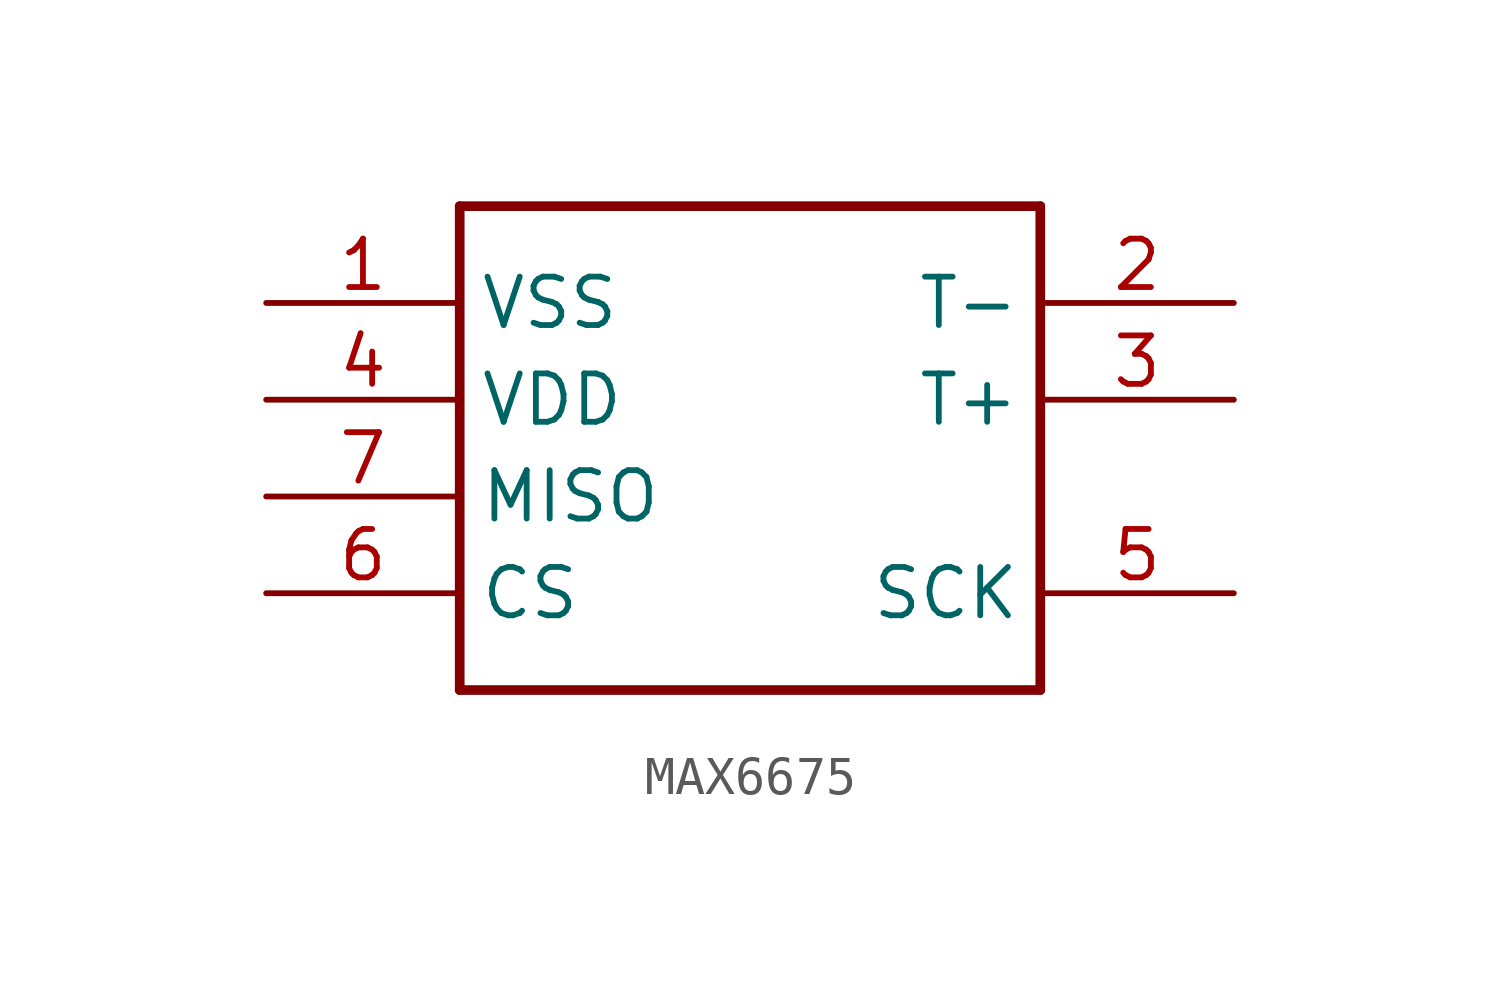
<source format=kicad_sym>
(kicad_symbol_lib
  (version 20220331)
  (generator kicad_symbol_editor)
  (symbol "MAX6675"
    (property "Reference" ""
      (at 0 0 0)
      (effects (font (size 1.27 1.27)) hide))
    (property "ki_locked" ""
      (at 0 0 0)
      (effects (font (size 1.27 1.27))))
    (symbol "MAX6675_1_0"
      (polyline (pts (xy -7.62 -2.54) (xy 7.62 -2.54)) (stroke (width 0.254) (type solid)) (fill (type none)))
      (polyline (pts (xy -7.62 10.16) (xy -7.62 -2.54)) (stroke (width 0.254) (type solid)) (fill (type none)))
      (polyline (pts (xy 7.62 -2.54) (xy 7.62 10.16)) (stroke (width 0.254) (type solid)) (fill (type none)))
      (polyline (pts (xy 7.62 10.16) (xy -7.62 10.16)) (stroke (width 0.254) (type solid)) (fill (type none)))
      (pin bidirectional line (at -12.7 7.62 0) (length 5.08) (name "VSS" (effects (font (size 1.27 1.27)))) (number "1" (effects (font (size 1.27 1.27)))))
      (pin bidirectional line (at 12.7 7.62 180) (length 5.08) (name "T-" (effects (font (size 1.27 1.27)))) (number "2" (effects (font (size 1.27 1.27)))))
      (pin bidirectional line (at 12.7 5.08 180) (length 5.08) (name "T+" (effects (font (size 1.27 1.27)))) (number "3" (effects (font (size 1.27 1.27)))))
      (pin bidirectional line (at -12.7 5.08 0) (length 5.08) (name "VDD" (effects (font (size 1.27 1.27)))) (number "4" (effects (font (size 1.27 1.27)))))
      (pin bidirectional line (at 12.7 0 180) (length 5.08) (name "SCK" (effects (font (size 1.27 1.27)))) (number "5" (effects (font (size 1.27 1.27)))))
      (pin bidirectional line (at -12.7 0 0) (length 5.08) (name "CS" (effects (font (size 1.27 1.27)))) (number "6" (effects (font (size 1.27 1.27)))))
      (pin bidirectional line (at -12.7 2.54 0) (length 5.08) (name "MISO" (effects (font (size 1.27 1.27)))) (number "7" (effects (font (size 1.27 1.27))))))))
</source>
